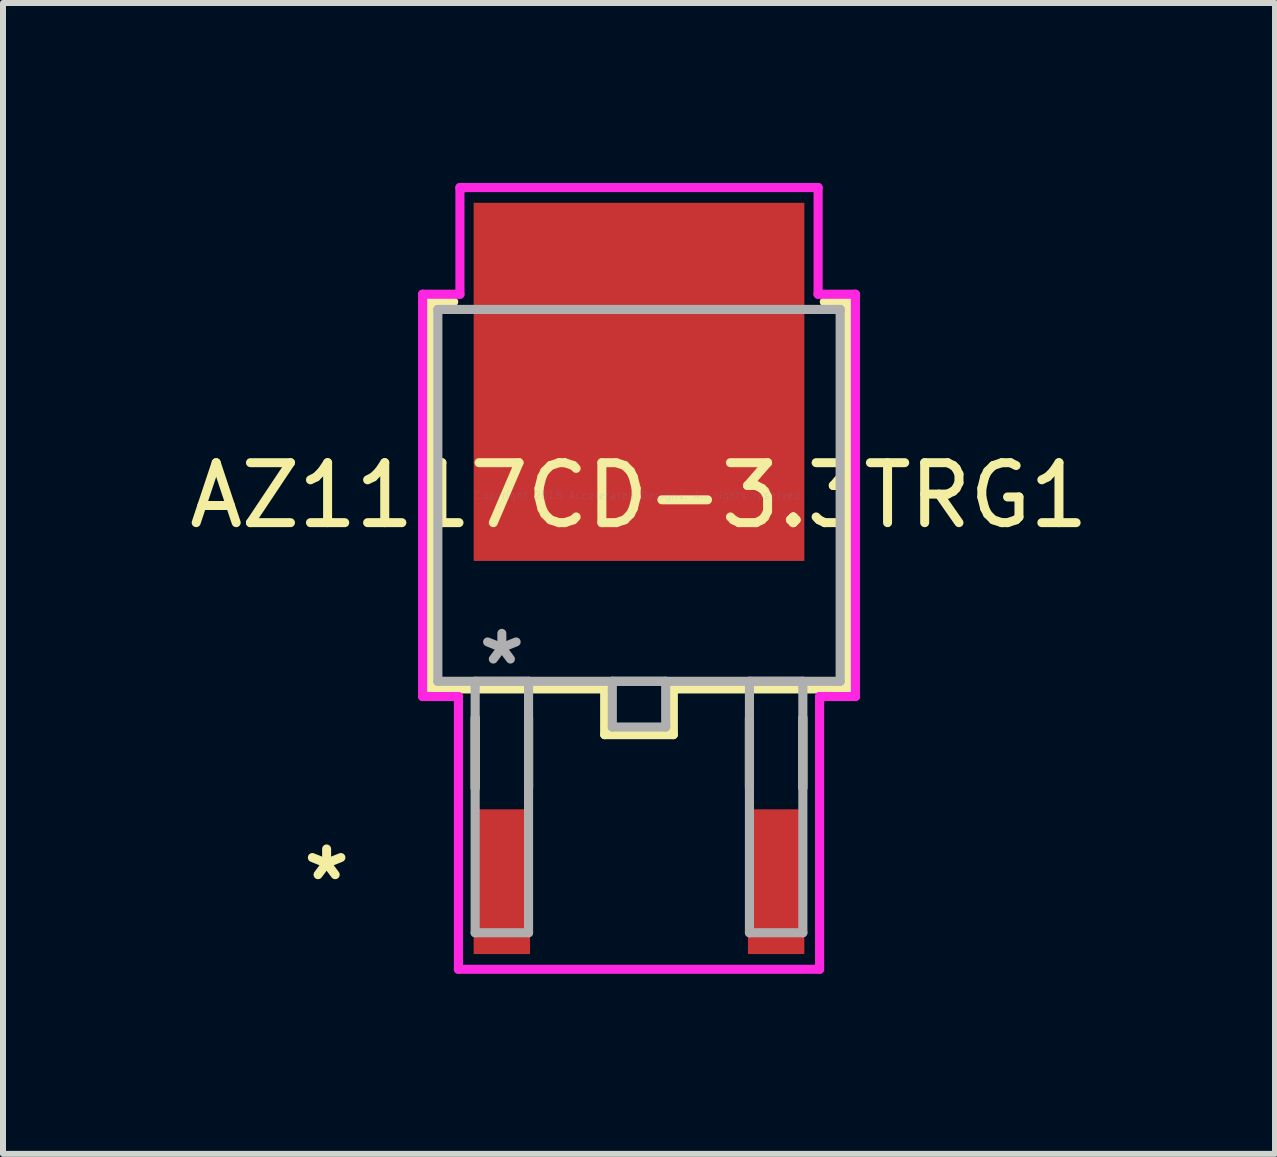
<source format=kicad_pcb>
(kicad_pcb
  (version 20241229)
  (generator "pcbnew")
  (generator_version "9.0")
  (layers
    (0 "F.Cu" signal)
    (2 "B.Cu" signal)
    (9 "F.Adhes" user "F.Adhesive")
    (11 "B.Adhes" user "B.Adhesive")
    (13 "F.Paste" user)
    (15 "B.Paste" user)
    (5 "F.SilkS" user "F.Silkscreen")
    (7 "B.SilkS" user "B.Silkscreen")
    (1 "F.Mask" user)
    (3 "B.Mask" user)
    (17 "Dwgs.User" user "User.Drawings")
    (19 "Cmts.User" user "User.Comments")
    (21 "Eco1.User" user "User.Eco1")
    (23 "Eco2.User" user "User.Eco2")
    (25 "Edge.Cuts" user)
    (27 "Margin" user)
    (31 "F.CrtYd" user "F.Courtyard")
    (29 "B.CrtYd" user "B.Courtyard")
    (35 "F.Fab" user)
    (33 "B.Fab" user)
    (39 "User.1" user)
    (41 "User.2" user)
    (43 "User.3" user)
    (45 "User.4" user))
  (footprint "AZ1117CD-3.3TRG1"
    (layer "F.Cu")
    (at 7.601 5.207)
    (property "Reference" "AZ1117CD-3.3TRG1" (at 0 0 0) (layer "F.SilkS") (effects (font (size 1 1) (thickness 0.15))))
    (attr through_hole)
    (fp_line (start -3.48 -3.226) (end -3.48 3.226) (stroke (width 0.152) (type solid)) (layer "F.SilkS"))
    (fp_line (start -3.48 3.226) (end -0.572 3.226) (stroke (width 0.152) (type solid)) (layer "F.SilkS"))
    (fp_line (start -3.089 -3.226) (end -3.48 -3.226) (stroke (width 0.152) (type solid)) (layer "F.SilkS"))
    (fp_line (start -2.731 3.708) (end -2.731 4.877) (stroke (width 0.152) (type solid)) (layer "F.SilkS"))
    (fp_line (start -1.841 3.708) (end -1.841 4.877) (stroke (width 0.152) (type solid)) (layer "F.SilkS"))
    (fp_line (start -0.572 3.226) (end -0.572 3.988) (stroke (width 0.152) (type solid)) (layer "F.SilkS"))
    (fp_line (start -0.572 3.988) (end 0.572 3.988) (stroke (width 0.152) (type solid)) (layer "F.SilkS"))
    (fp_line (start 0.572 3.226) (end 3.48 3.226) (stroke (width 0.152) (type solid)) (layer "F.SilkS"))
    (fp_line (start 0.572 3.988) (end 0.572 3.226) (stroke (width 0.152) (type solid)) (layer "F.SilkS"))
    (fp_line (start 1.841 3.708) (end 1.841 4.877) (stroke (width 0.152) (type solid)) (layer "F.SilkS"))
    (fp_line (start 2.731 3.708) (end 2.731 4.877) (stroke (width 0.152) (type solid)) (layer "F.SilkS"))
    (fp_line (start 3.48 -3.226) (end 3.089 -3.226) (stroke (width 0.152) (type solid)) (layer "F.SilkS"))
    (fp_line (start 3.48 3.226) (end 3.48 -3.226) (stroke (width 0.152) (type solid)) (layer "F.SilkS"))
    (fp_line (start -3.607 -3.353) (end -2.985 -3.353) (stroke (width 0.152) (type solid)) (layer "F.CrtYd"))
    (fp_line (start -3.607 3.353) (end -3.607 -3.353) (stroke (width 0.152) (type solid)) (layer "F.CrtYd"))
    (fp_line (start -3.01 3.353) (end -3.607 3.353) (stroke (width 0.152) (type solid)) (layer "F.CrtYd"))
    (fp_line (start -3.01 7.899) (end -3.01 3.353) (stroke (width 0.152) (type solid)) (layer "F.CrtYd"))
    (fp_line (start -2.985 -5.131) (end 2.985 -5.131) (stroke (width 0.152) (type solid)) (layer "F.CrtYd"))
    (fp_line (start -2.985 -3.353) (end -2.985 -5.131) (stroke (width 0.152) (type solid)) (layer "F.CrtYd"))
    (fp_line (start 2.985 -5.131) (end 2.985 -3.353) (stroke (width 0.152) (type solid)) (layer "F.CrtYd"))
    (fp_line (start 2.985 -3.353) (end 3.607 -3.353) (stroke (width 0.152) (type solid)) (layer "F.CrtYd"))
    (fp_line (start 3.01 3.353) (end 3.01 7.899) (stroke (width 0.152) (type solid)) (layer "F.CrtYd"))
    (fp_line (start 3.01 7.899) (end -3.01 7.899) (stroke (width 0.152) (type solid)) (layer "F.CrtYd"))
    (fp_line (start 3.607 -3.353) (end 3.607 3.353) (stroke (width 0.152) (type solid)) (layer "F.CrtYd"))
    (fp_line (start 3.607 3.353) (end 3.01 3.353) (stroke (width 0.152) (type solid)) (layer "F.CrtYd"))
    (fp_line (start -3.353 -3.099) (end -3.353 3.099) (stroke (width 0.152) (type solid)) (layer "F.Fab"))
    (fp_line (start -3.353 3.099) (end 3.353 3.099) (stroke (width 0.152) (type solid)) (layer "F.Fab"))
    (fp_line (start -2.731 3.099) (end -2.731 7.29) (stroke (width 0.152) (type solid)) (layer "F.Fab"))
    (fp_line (start -2.731 7.29) (end -1.841 7.29) (stroke (width 0.152) (type solid)) (layer "F.Fab"))
    (fp_line (start -1.841 3.099) (end -2.731 3.099) (stroke (width 0.152) (type solid)) (layer "F.Fab"))
    (fp_line (start -1.841 7.29) (end -1.841 3.099) (stroke (width 0.152) (type solid)) (layer "F.Fab"))
    (fp_line (start -0.445 3.099) (end -0.445 3.861) (stroke (width 0.152) (type solid)) (layer "F.Fab"))
    (fp_line (start -0.445 3.861) (end 0.445 3.861) (stroke (width 0.152) (type solid)) (layer "F.Fab"))
    (fp_line (start 0.445 3.099) (end -0.445 3.099) (stroke (width 0.152) (type solid)) (layer "F.Fab"))
    (fp_line (start 0.445 3.861) (end 0.445 3.099) (stroke (width 0.152) (type solid)) (layer "F.Fab"))
    (fp_line (start 1.841 3.099) (end 1.841 7.29) (stroke (width 0.152) (type solid)) (layer "F.Fab"))
    (fp_line (start 1.841 7.29) (end 2.731 7.29) (stroke (width 0.152) (type solid)) (layer "F.Fab"))
    (fp_line (start 2.731 3.099) (end 1.841 3.099) (stroke (width 0.152) (type solid)) (layer "F.Fab"))
    (fp_line (start 2.731 7.29) (end 2.731 3.099) (stroke (width 0.152) (type solid)) (layer "F.Fab"))
    (fp_line (start 3.353 -3.099) (end -3.353 -3.099) (stroke (width 0.152) (type solid)) (layer "F.Fab"))
    (fp_line (start 3.353 3.099) (end 3.353 -3.099) (stroke (width 0.152) (type solid)) (layer "F.Fab"))
    (fp_text user "*" (at -5.207 6.439 0) (layer "F.SilkS") (effects (font (size 1 1) (thickness 0.15))))
    (fp_text user "Copyright 2016 Accelerated Designs. All rights reserved." (at 0 0 0) (layer "Cmts.User") (effects (font (size 0.127 0.127) (thickness 0.002))))
    (fp_text user "*" (at -2.286 2.845 0) (layer "F.Fab") (effects (font (size 1 1) (thickness 0.15))))
    (pad "1" smd rect (at -2.286 6.439) (size 0.94 2.413) (layers "F.Cu" "F.Mask" "F.Paste"))
    (pad "2" smd rect (at 0 -1.892) (size 5.512 5.969) (layers "F.Cu" "F.Mask" "F.Paste"))
    (pad "3" smd rect (at 2.286 6.439) (size 0.94 2.413) (layers "F.Cu" "F.Mask" "F.Paste")))
  (gr_rect
    (start -3 -3)
    (end 18.202 16.183)
    (stroke (width 0.1) (type default))
    (fill no)
    (layer "Edge.Cuts")))
</source>
